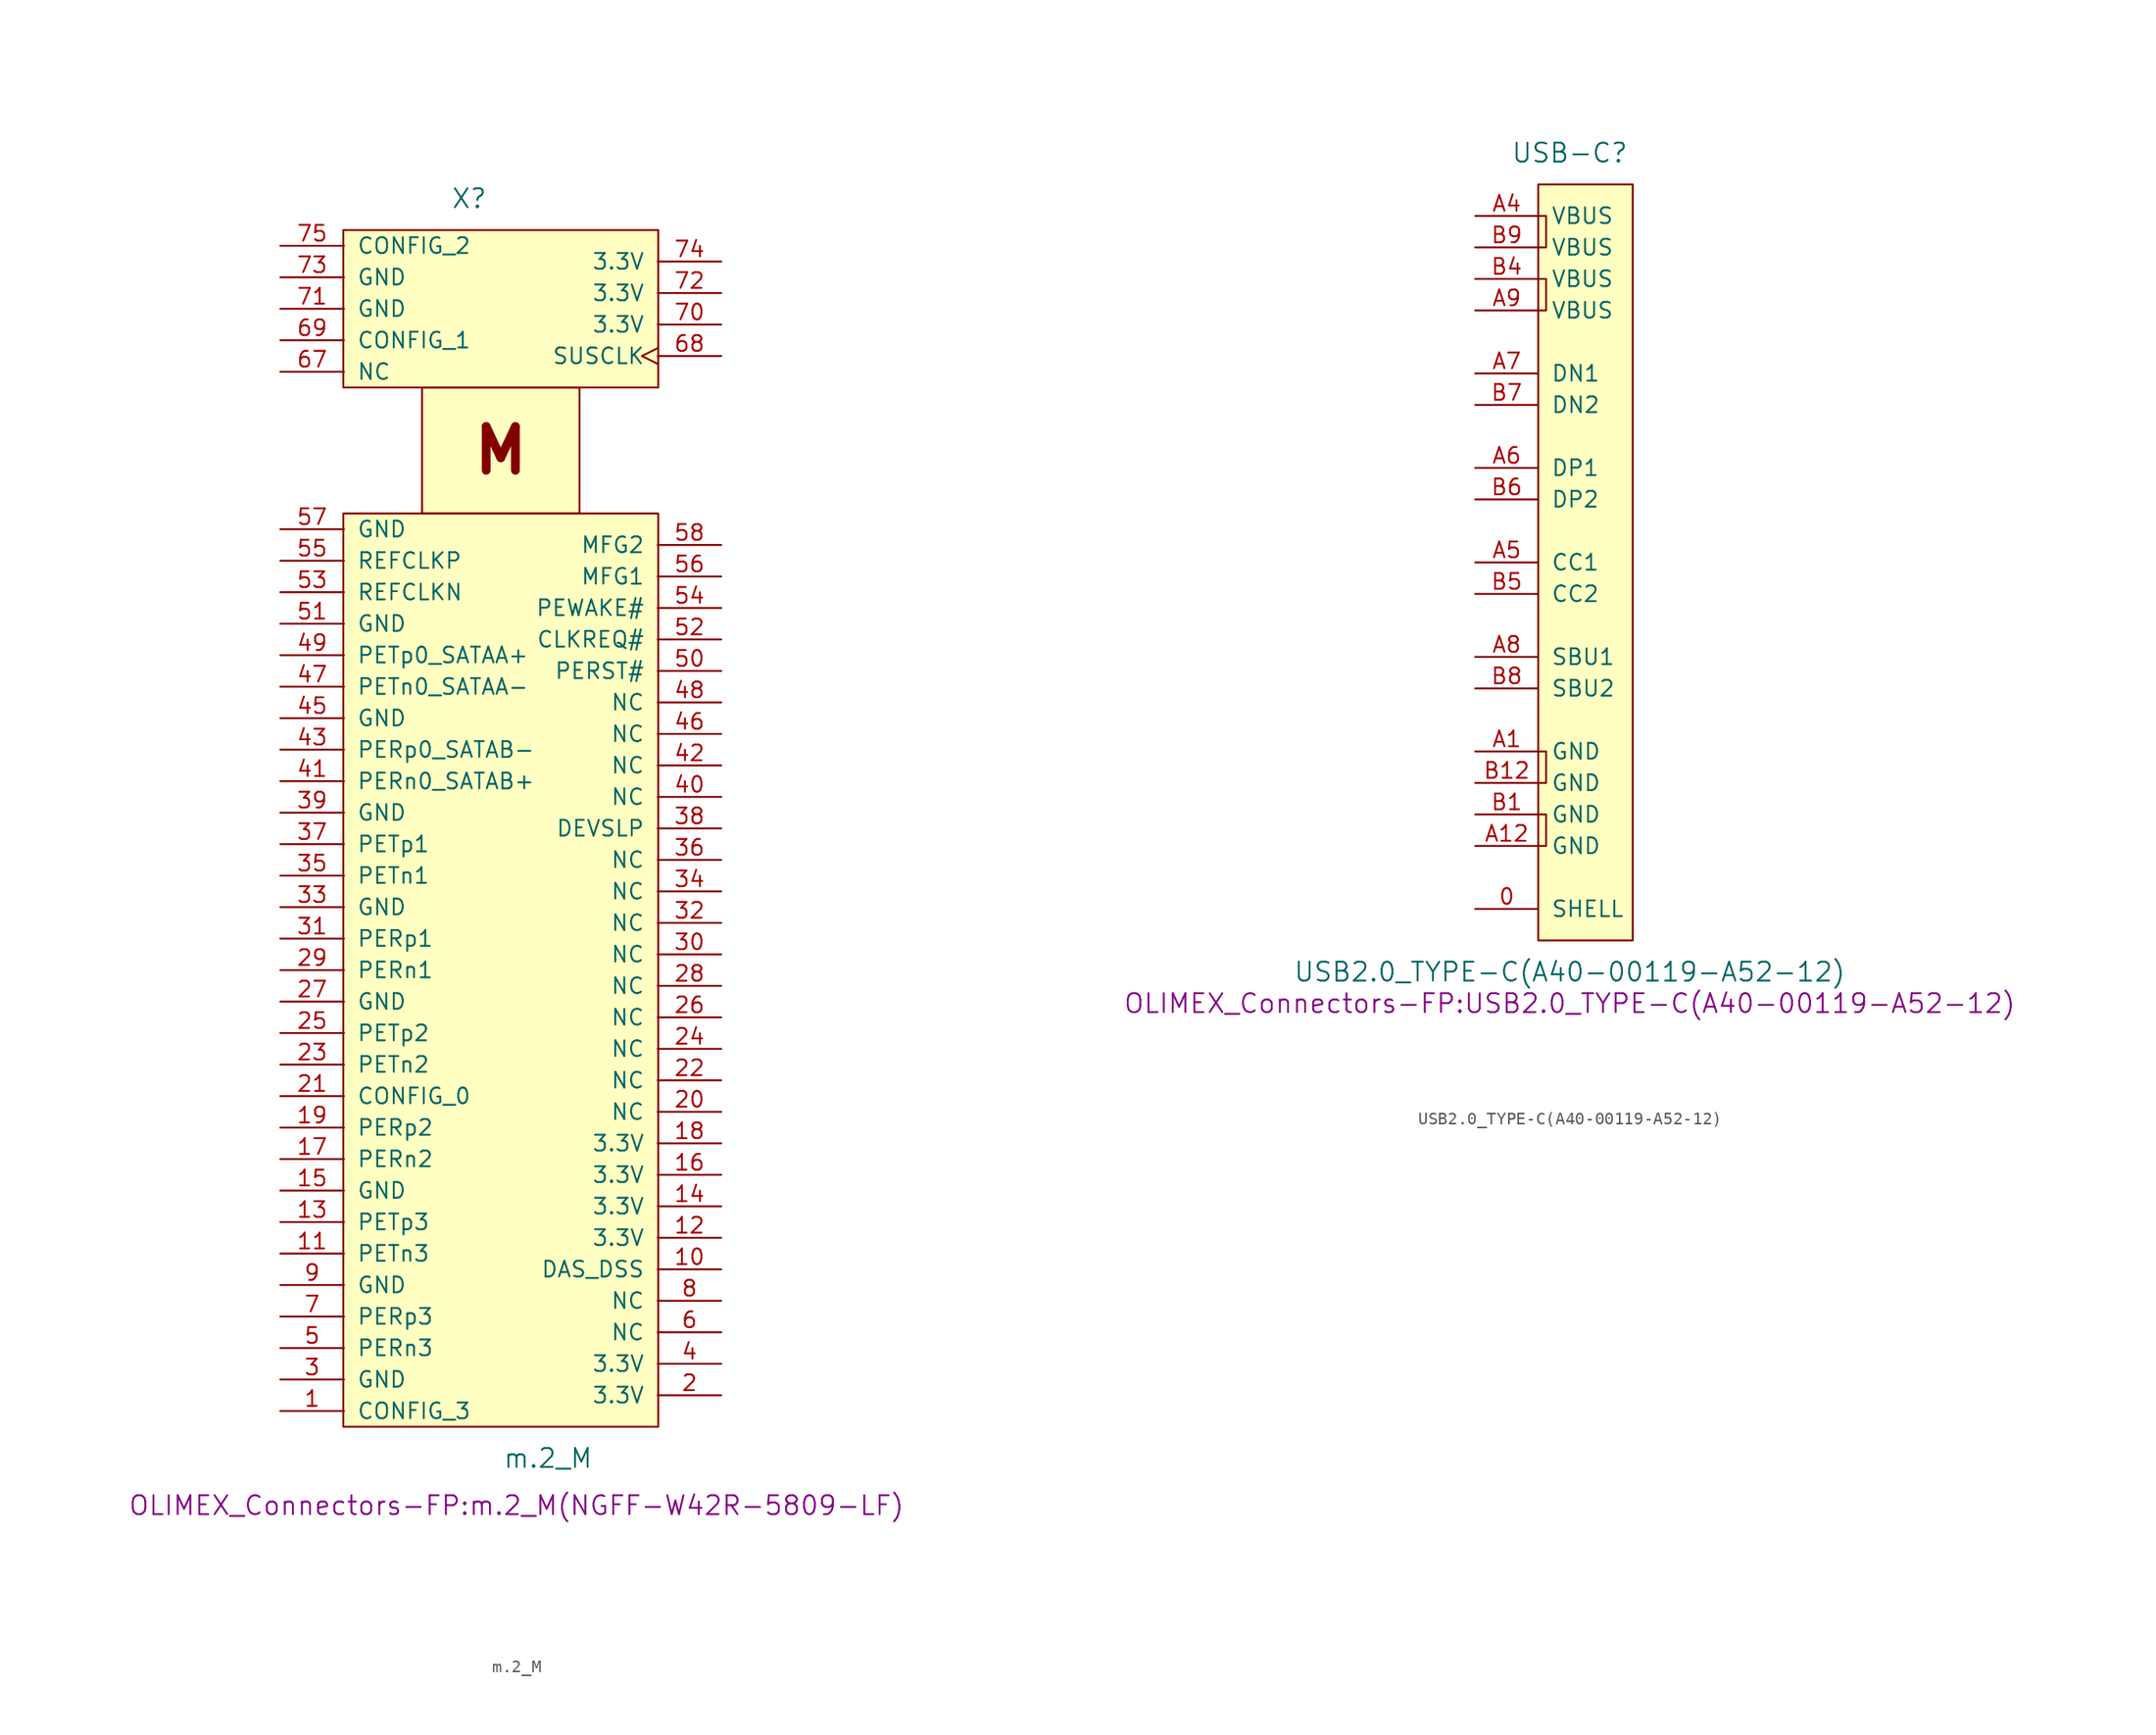
<source format=kicad_sym>
(kicad_symbol_lib
  (version 20211014)
  (generator kicad_symbol_editor)
  (symbol "m.2_M"
    (pin_names
      (offset 1.016))
    (property "Reference" "X"
      (at -2.54 50.8 0)
      (effects (font (size 1.524 1.524))))
    (property "Value" "m.2_M"
      (at 3.81 -50.8 0)
      (effects (font (size 1.524 1.524))))
    (property "Footprint" "OLIMEX_Connectors-FP:m.2_M(NGFF-W42R-5809-LF)"
      (at 1.27 -54.61 0)
      (effects (font (size 1.524 1.524))))
    (symbol "m.2_M_0_0"
      (text "M" (at 0 30.48 0) (effects (font (size 3.531 3.531) bold))))
    (symbol "m.2_M_0_1"
      (rectangle (start -12.7 25.4) (end 12.7 -48.26) (stroke (width 0) (type default) (color 0 0 0 0)) (fill (type background)))
      (rectangle (start -12.7 48.26) (end 12.7 35.56) (stroke (width 0) (type default) (color 0 0 0 0)) (fill (type background)))
      (rectangle (start -6.35 35.56) (end 6.35 25.4) (stroke (width 0) (type default) (color 0 0 0 0)) (fill (type background))))
    (symbol "m.2_M_1_1"
      (pin bidirectional line (at -17.78 -46.99 0) (length 5.131) (name "CONFIG_3" (effects (font (size 1.27 1.27)))) (number "1" (effects (font (size 1.27 1.27)))))
      (pin bidirectional line (at 17.78 -35.56 180) (length 5.131) (name "DAS_DSS" (effects (font (size 1.27 1.27)))) (number "10" (effects (font (size 1.27 1.27)))))
      (pin bidirectional line (at -17.78 -34.29 0) (length 5.131) (name "PETn3" (effects (font (size 1.27 1.27)))) (number "11" (effects (font (size 1.27 1.27)))))
      (pin power_in line (at 17.78 -33.02 180) (length 5.131) (name "3.3V" (effects (font (size 1.27 1.27)))) (number "12" (effects (font (size 1.27 1.27)))))
      (pin bidirectional line (at -17.78 -31.75 0) (length 5.131) (name "PETp3" (effects (font (size 1.27 1.27)))) (number "13" (effects (font (size 1.27 1.27)))))
      (pin power_in line (at 17.78 -30.48 180) (length 5.131) (name "3.3V" (effects (font (size 1.27 1.27)))) (number "14" (effects (font (size 1.27 1.27)))))
      (pin power_in line (at -17.78 -29.21 0) (length 5.131) (name "GND" (effects (font (size 1.27 1.27)))) (number "15" (effects (font (size 1.27 1.27)))))
      (pin power_in line (at 17.78 -27.94 180) (length 5.131) (name "3.3V" (effects (font (size 1.27 1.27)))) (number "16" (effects (font (size 1.27 1.27)))))
      (pin bidirectional line (at -17.78 -26.67 0) (length 5.131) (name "PERn2" (effects (font (size 1.27 1.27)))) (number "17" (effects (font (size 1.27 1.27)))))
      (pin power_in line (at 17.78 -25.4 180) (length 5.131) (name "3.3V" (effects (font (size 1.27 1.27)))) (number "18" (effects (font (size 1.27 1.27)))))
      (pin bidirectional line (at -17.78 -24.13 0) (length 5.131) (name "PERp2" (effects (font (size 1.27 1.27)))) (number "19" (effects (font (size 1.27 1.27)))))
      (pin power_in line (at 17.78 -45.72 180) (length 5.131) (name "3.3V" (effects (font (size 1.27 1.27)))) (number "2" (effects (font (size 1.27 1.27)))))
      (pin bidirectional line (at 17.78 -22.86 180) (length 5.131) (name "NC" (effects (font (size 1.27 1.27)))) (number "20" (effects (font (size 1.27 1.27)))))
      (pin bidirectional line (at -17.78 -21.59 0) (length 5.131) (name "CONFIG_0" (effects (font (size 1.27 1.27)))) (number "21" (effects (font (size 1.27 1.27)))))
      (pin bidirectional line (at 17.78 -20.32 180) (length 5.131) (name "NC" (effects (font (size 1.27 1.27)))) (number "22" (effects (font (size 1.27 1.27)))))
      (pin bidirectional line (at -17.78 -19.05 0) (length 5.131) (name "PETn2" (effects (font (size 1.27 1.27)))) (number "23" (effects (font (size 1.27 1.27)))))
      (pin bidirectional line (at 17.78 -17.78 180) (length 5.131) (name "NC" (effects (font (size 1.27 1.27)))) (number "24" (effects (font (size 1.27 1.27)))))
      (pin bidirectional line (at -17.78 -16.51 0) (length 5.131) (name "PETp2" (effects (font (size 1.27 1.27)))) (number "25" (effects (font (size 1.27 1.27)))))
      (pin bidirectional line (at 17.78 -15.24 180) (length 5.131) (name "NC" (effects (font (size 1.27 1.27)))) (number "26" (effects (font (size 1.27 1.27)))))
      (pin power_in line (at -17.78 -13.97 0) (length 5.131) (name "GND" (effects (font (size 1.27 1.27)))) (number "27" (effects (font (size 1.27 1.27)))))
      (pin bidirectional line (at 17.78 -12.7 180) (length 5.131) (name "NC" (effects (font (size 1.27 1.27)))) (number "28" (effects (font (size 1.27 1.27)))))
      (pin bidirectional line (at -17.78 -11.43 0) (length 5.131) (name "PERn1" (effects (font (size 1.27 1.27)))) (number "29" (effects (font (size 1.27 1.27)))))
      (pin power_in line (at -17.78 -44.45 0) (length 5.131) (name "GND" (effects (font (size 1.27 1.27)))) (number "3" (effects (font (size 1.27 1.27)))))
      (pin bidirectional line (at 17.78 -10.16 180) (length 5.131) (name "NC" (effects (font (size 1.27 1.27)))) (number "30" (effects (font (size 1.27 1.27)))))
      (pin bidirectional line (at -17.78 -8.89 0) (length 5.131) (name "PERp1" (effects (font (size 1.27 1.27)))) (number "31" (effects (font (size 1.27 1.27)))))
      (pin bidirectional line (at 17.78 -7.62 180) (length 5.131) (name "NC" (effects (font (size 1.27 1.27)))) (number "32" (effects (font (size 1.27 1.27)))))
      (pin power_in line (at -17.78 -6.35 0) (length 5.131) (name "GND" (effects (font (size 1.27 1.27)))) (number "33" (effects (font (size 1.27 1.27)))))
      (pin bidirectional line (at 17.78 -5.08 180) (length 5.131) (name "NC" (effects (font (size 1.27 1.27)))) (number "34" (effects (font (size 1.27 1.27)))))
      (pin bidirectional line (at -17.78 -3.81 0) (length 5.131) (name "PETn1" (effects (font (size 1.27 1.27)))) (number "35" (effects (font (size 1.27 1.27)))))
      (pin bidirectional line (at 17.78 -2.54 180) (length 5.131) (name "NC" (effects (font (size 1.27 1.27)))) (number "36" (effects (font (size 1.27 1.27)))))
      (pin bidirectional line (at -17.78 -1.27 0) (length 5.131) (name "PETp1" (effects (font (size 1.27 1.27)))) (number "37" (effects (font (size 1.27 1.27)))))
      (pin bidirectional line (at 17.78 0 180) (length 5.131) (name "DEVSLP" (effects (font (size 1.27 1.27)))) (number "38" (effects (font (size 1.27 1.27)))))
      (pin power_in line (at -17.78 1.27 0) (length 5.131) (name "GND" (effects (font (size 1.27 1.27)))) (number "39" (effects (font (size 1.27 1.27)))))
      (pin power_in line (at 17.78 -43.18 180) (length 5.131) (name "3.3V" (effects (font (size 1.27 1.27)))) (number "4" (effects (font (size 1.27 1.27)))))
      (pin bidirectional line (at 17.78 2.54 180) (length 5.131) (name "NC" (effects (font (size 1.27 1.27)))) (number "40" (effects (font (size 1.27 1.27)))))
      (pin bidirectional line (at -17.78 3.81 0) (length 5.131) (name "PERn0_SATAB+" (effects (font (size 1.27 1.27)))) (number "41" (effects (font (size 1.27 1.27)))))
      (pin bidirectional line (at 17.78 5.08 180) (length 5.131) (name "NC" (effects (font (size 1.27 1.27)))) (number "42" (effects (font (size 1.27 1.27)))))
      (pin bidirectional line (at -17.78 6.35 0) (length 5.131) (name "PERp0_SATAB-" (effects (font (size 1.27 1.27)))) (number "43" (effects (font (size 1.27 1.27)))))
      (pin power_in line (at -17.78 8.89 0) (length 5.131) (name "GND" (effects (font (size 1.27 1.27)))) (number "45" (effects (font (size 1.27 1.27)))))
      (pin bidirectional line (at 17.78 7.62 180) (length 5.131) (name "NC" (effects (font (size 1.27 1.27)))) (number "46" (effects (font (size 1.27 1.27)))))
      (pin bidirectional line (at -17.78 11.43 0) (length 5.131) (name "PETn0_SATAA-" (effects (font (size 1.27 1.27)))) (number "47" (effects (font (size 1.27 1.27)))))
      (pin bidirectional line (at 17.78 10.16 180) (length 5.131) (name "NC" (effects (font (size 1.27 1.27)))) (number "48" (effects (font (size 1.27 1.27)))))
      (pin bidirectional line (at -17.78 13.97 0) (length 5.131) (name "PETp0_SATAA+" (effects (font (size 1.27 1.27)))) (number "49" (effects (font (size 1.27 1.27)))))
      (pin bidirectional line (at -17.78 -41.91 0) (length 5.131) (name "PERn3" (effects (font (size 1.27 1.27)))) (number "5" (effects (font (size 1.27 1.27)))))
      (pin bidirectional line (at 17.78 12.7 180) (length 5.131) (name "PERST#" (effects (font (size 1.27 1.27)))) (number "50" (effects (font (size 1.27 1.27)))))
      (pin power_in line (at -17.78 16.51 0) (length 5.131) (name "GND" (effects (font (size 1.27 1.27)))) (number "51" (effects (font (size 1.27 1.27)))))
      (pin bidirectional line (at 17.78 15.24 180) (length 5.131) (name "CLKREQ#" (effects (font (size 1.27 1.27)))) (number "52" (effects (font (size 1.27 1.27)))))
      (pin bidirectional line (at -17.78 19.05 0) (length 5.131) (name "REFCLKN" (effects (font (size 1.27 1.27)))) (number "53" (effects (font (size 1.27 1.27)))))
      (pin bidirectional line (at 17.78 17.78 180) (length 5.131) (name "PEWAKE#" (effects (font (size 1.27 1.27)))) (number "54" (effects (font (size 1.27 1.27)))))
      (pin bidirectional line (at -17.78 21.59 0) (length 5.131) (name "REFCLKP" (effects (font (size 1.27 1.27)))) (number "55" (effects (font (size 1.27 1.27)))))
      (pin bidirectional line (at 17.78 20.32 180) (length 5.131) (name "MFG1" (effects (font (size 1.27 1.27)))) (number "56" (effects (font (size 1.27 1.27)))))
      (pin power_in line (at -17.78 24.13 0) (length 5.131) (name "GND" (effects (font (size 1.27 1.27)))) (number "57" (effects (font (size 1.27 1.27)))))
      (pin bidirectional line (at 17.78 22.86 180) (length 5.131) (name "MFG2" (effects (font (size 1.27 1.27)))) (number "58" (effects (font (size 1.27 1.27)))))
      (pin bidirectional line (at 17.78 -40.64 180) (length 5.131) (name "NC" (effects (font (size 1.27 1.27)))) (number "6" (effects (font (size 1.27 1.27)))))
      (pin bidirectional line (at -17.78 36.83 0) (length 5.131) (name "NC" (effects (font (size 1.27 1.27)))) (number "67" (effects (font (size 1.27 1.27)))))
      (pin input clock (at 17.78 38.1 180) (length 5.131) (name "SUSCLK" (effects (font (size 1.27 1.27)))) (number "68" (effects (font (size 1.27 1.27)))))
      (pin bidirectional line (at -17.78 39.37 0) (length 5.131) (name "CONFIG_1" (effects (font (size 1.27 1.27)))) (number "69" (effects (font (size 1.27 1.27)))))
      (pin bidirectional line (at -17.78 -39.37 0) (length 5.131) (name "PERp3" (effects (font (size 1.27 1.27)))) (number "7" (effects (font (size 1.27 1.27)))))
      (pin power_in line (at 17.78 40.64 180) (length 5.131) (name "3.3V" (effects (font (size 1.27 1.27)))) (number "70" (effects (font (size 1.27 1.27)))))
      (pin power_in line (at -17.78 41.91 0) (length 5.131) (name "GND" (effects (font (size 1.27 1.27)))) (number "71" (effects (font (size 1.27 1.27)))))
      (pin power_in line (at 17.78 43.18 180) (length 5.131) (name "3.3V" (effects (font (size 1.27 1.27)))) (number "72" (effects (font (size 1.27 1.27)))))
      (pin power_in line (at -17.78 44.45 0) (length 5.131) (name "GND" (effects (font (size 1.27 1.27)))) (number "73" (effects (font (size 1.27 1.27)))))
      (pin power_in line (at 17.78 45.72 180) (length 5.131) (name "3.3V" (effects (font (size 1.27 1.27)))) (number "74" (effects (font (size 1.27 1.27)))))
      (pin bidirectional line (at -17.78 46.99 0) (length 5.131) (name "CONFIG_2" (effects (font (size 1.27 1.27)))) (number "75" (effects (font (size 1.27 1.27)))))
      (pin bidirectional line (at 17.78 -38.1 180) (length 5.131) (name "NC" (effects (font (size 1.27 1.27)))) (number "8" (effects (font (size 1.27 1.27)))))
      (pin power_in line (at -17.78 -36.83 0) (length 5.131) (name "GND" (effects (font (size 1.27 1.27)))) (number "9" (effects (font (size 1.27 1.27)))))))
  (symbol "USB2.0_TYPE-C(A40-00119-A52-12)"
    (pin_names
      (offset 1.016))
    (property "Reference" "USB-C"
      (at 0 33.02 0)
      (effects (font (size 1.524 1.524))))
    (property "Value" "USB2.0_TYPE-C(A40-00119-A52-12)"
      (at 0 -33.02 0)
      (effects (font (size 1.524 1.524))))
    (property "Footprint" "OLIMEX_Connectors-FP:USB2.0_TYPE-C(A40-00119-A52-12)"
      (at 0 -35.56 0)
      (effects (font (size 1.524 1.524))))
    (property "Datasheet" ""
      (at 2.54 0 0)
      (effects (font (size 1.524 1.524))))
    (symbol "USB2.0_TYPE-C(A40-00119-A52-12)_0_1"
      (rectangle (start -2.54 30.48) (end 5.08 -30.48) (stroke (width 0) (type default) (color 0 0 0 0)) (fill (type background)))
      (polyline (pts (xy -2.54 -20.32) (xy -1.905 -20.32) (xy -1.905 -22.86) (xy -2.54 -22.86)) (stroke (width 0) (type default) (color 0 0 0 0)) (fill (type none)))
      (polyline (pts (xy -2.54 -15.24) (xy -1.905 -15.24) (xy -1.905 -17.78) (xy -2.54 -17.78)) (stroke (width 0) (type default) (color 0 0 0 0)) (fill (type none)))
      (polyline (pts (xy -2.54 22.86) (xy -1.905 22.86) (xy -1.905 20.32) (xy -2.54 20.32)) (stroke (width 0) (type default) (color 0 0 0 0)) (fill (type none)))
      (polyline (pts (xy -2.54 27.94) (xy -1.905 27.94) (xy -1.905 25.4) (xy -2.54 25.4)) (stroke (width 0) (type default) (color 0 0 0 0)) (fill (type none))))
    (symbol "USB2.0_TYPE-C(A40-00119-A52-12)_1_1"
      (pin passive line (at -7.62 -27.94 0) (length 5.08) (name "SHELL" (effects (font (size 1.27 1.27)))) (number "0" (effects (font (size 1.27 1.27)))))
      (pin power_in line (at -7.62 -15.24 0) (length 5.08) (name "GND" (effects (font (size 1.27 1.27)))) (number "A1" (effects (font (size 1.27 1.27)))))
      (pin power_in line (at -7.62 -22.86 0) (length 5.08) (name "GND" (effects (font (size 1.27 1.27)))) (number "A12" (effects (font (size 1.27 1.27)))))
      (pin power_in line (at -7.62 27.94 0) (length 5.08) (name "VBUS" (effects (font (size 1.27 1.27)))) (number "A4" (effects (font (size 1.27 1.27)))))
      (pin input line (at -7.62 0 0) (length 5.08) (name "CC1" (effects (font (size 1.27 1.27)))) (number "A5" (effects (font (size 1.27 1.27)))))
      (pin bidirectional line (at -7.62 7.62 0) (length 5.08) (name "DP1" (effects (font (size 1.27 1.27)))) (number "A6" (effects (font (size 1.27 1.27)))))
      (pin bidirectional line (at -7.62 15.24 0) (length 5.08) (name "DN1" (effects (font (size 1.27 1.27)))) (number "A7" (effects (font (size 1.27 1.27)))))
      (pin bidirectional line (at -7.62 -7.62 0) (length 5.08) (name "SBU1" (effects (font (size 1.27 1.27)))) (number "A8" (effects (font (size 1.27 1.27)))))
      (pin power_in line (at -7.62 20.32 0) (length 5.08) (name "VBUS" (effects (font (size 1.27 1.27)))) (number "A9" (effects (font (size 1.27 1.27)))))
      (pin power_in line (at -7.62 -20.32 0) (length 5.08) (name "GND" (effects (font (size 1.27 1.27)))) (number "B1" (effects (font (size 1.27 1.27)))))
      (pin power_in line (at -7.62 -17.78 0) (length 5.08) (name "GND" (effects (font (size 1.27 1.27)))) (number "B12" (effects (font (size 1.27 1.27)))))
      (pin power_in line (at -7.62 22.86 0) (length 5.08) (name "VBUS" (effects (font (size 1.27 1.27)))) (number "B4" (effects (font (size 1.27 1.27)))))
      (pin input line (at -7.62 -2.54 0) (length 5.08) (name "CC2" (effects (font (size 1.27 1.27)))) (number "B5" (effects (font (size 1.27 1.27)))))
      (pin bidirectional line (at -7.62 5.08 0) (length 5.08) (name "DP2" (effects (font (size 1.27 1.27)))) (number "B6" (effects (font (size 1.27 1.27)))))
      (pin bidirectional line (at -7.62 12.7 0) (length 5.08) (name "DN2" (effects (font (size 1.27 1.27)))) (number "B7" (effects (font (size 1.27 1.27)))))
      (pin bidirectional line (at -7.62 -10.16 0) (length 5.08) (name "SBU2" (effects (font (size 1.27 1.27)))) (number "B8" (effects (font (size 1.27 1.27)))))
      (pin power_in line (at -7.62 25.4 0) (length 5.08) (name "VBUS" (effects (font (size 1.27 1.27)))) (number "B9" (effects (font (size 1.27 1.27))))))))
</source>
